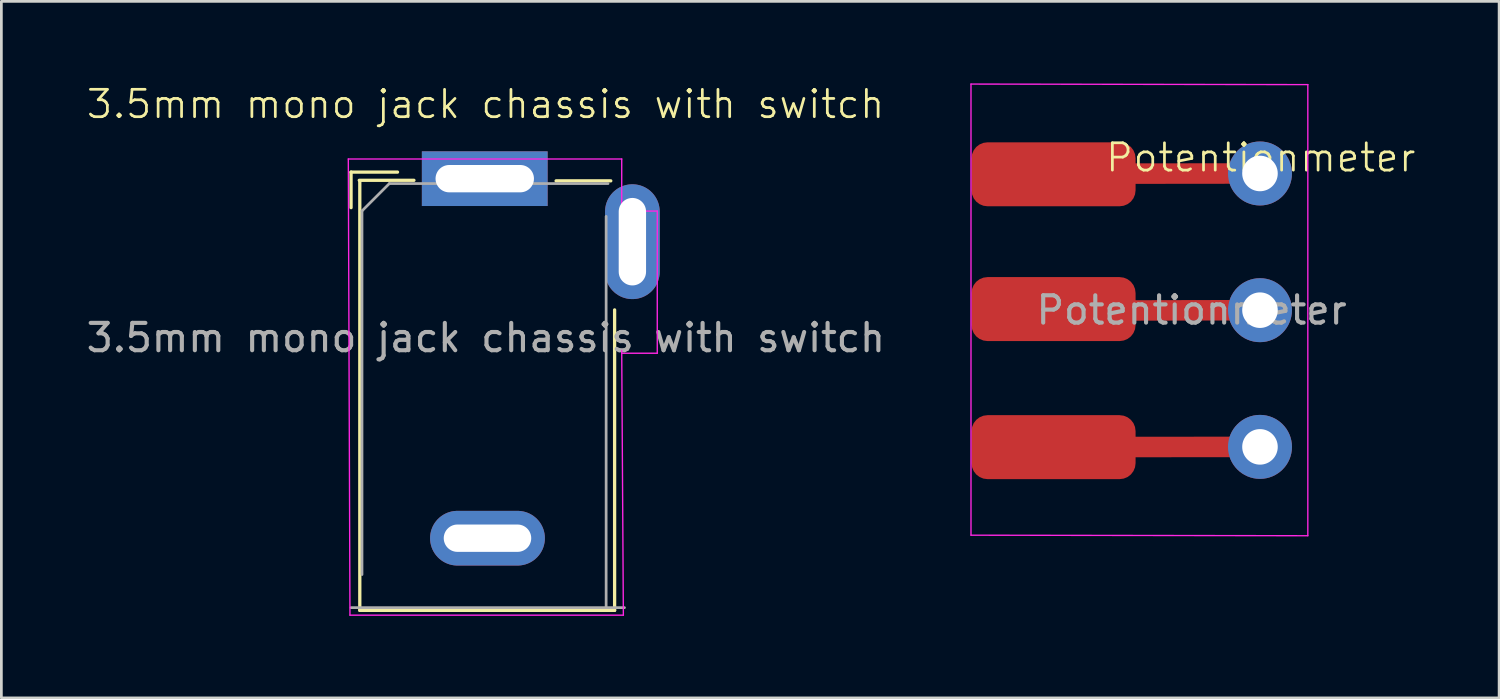
<source format=kicad_pcb>
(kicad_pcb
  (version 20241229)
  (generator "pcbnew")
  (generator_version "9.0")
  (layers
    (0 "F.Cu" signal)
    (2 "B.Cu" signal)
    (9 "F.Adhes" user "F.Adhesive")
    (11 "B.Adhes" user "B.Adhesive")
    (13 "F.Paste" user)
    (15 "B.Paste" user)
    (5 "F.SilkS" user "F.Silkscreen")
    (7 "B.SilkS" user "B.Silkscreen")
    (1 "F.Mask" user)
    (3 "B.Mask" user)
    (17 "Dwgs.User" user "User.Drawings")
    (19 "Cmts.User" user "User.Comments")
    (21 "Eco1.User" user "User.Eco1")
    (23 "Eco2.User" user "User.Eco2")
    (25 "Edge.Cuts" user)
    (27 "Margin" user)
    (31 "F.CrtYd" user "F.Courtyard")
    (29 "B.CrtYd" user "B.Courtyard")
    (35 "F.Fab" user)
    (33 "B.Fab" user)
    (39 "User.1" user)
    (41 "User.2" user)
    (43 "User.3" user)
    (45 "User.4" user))
  (footprint "3.5mm mono jack chassis with switch"
    (layer "F.Cu")
    (at 14.72 3.45)
    (property "Reference" "3.5mm mono jack chassis with switch" (at -0.01 -2.69 0) (unlocked yes) (layer "F.SilkS") (effects (font (size 1 1) (thickness 0.1))))
    (attr through_hole)
    (fp_line (start -4.93 -0.205) (end -4.93 1.095) (stroke (width 0.12) (type solid)) (layer "F.SilkS"))
    (fp_line (start -4.63 0.095) (end -2.63 0.095) (stroke (width 0.12) (type solid)) (layer "F.SilkS"))
    (fp_line (start -4.61 15.825) (end -4.61 0.125) (stroke (width 0.12) (type solid)) (layer "F.SilkS"))
    (fp_line (start -3.23 -0.205) (end -4.93 -0.205) (stroke (width 0.12) (type solid)) (layer "F.SilkS"))
    (fp_line (start 2.57 0.115) (end 4.57 0.115) (stroke (width 0.12) (type solid)) (layer "F.SilkS"))
    (fp_line (start 4.71 4.835) (end 4.71 15.825) (stroke (width 0.12) (type solid)) (layer "F.SilkS"))
    (fp_line (start 4.71 15.825) (end -4.61 15.825) (stroke (width 0.12) (type solid)) (layer "F.SilkS"))
    (fp_line (start -5.03 -0.685) (end -4.97 16) (stroke (width 0.05) (type solid)) (layer "F.CrtYd"))
    (fp_line (start -4.97 16) (end 5.03 16) (stroke (width 0.05) (type solid)) (layer "F.CrtYd"))
    (fp_line (start 4.97 -0.685) (end -5.03 -0.685) (stroke (width 0.05) (type solid)) (layer "F.CrtYd"))
    (fp_line (start 4.97 1.115) (end 4.97 -0.685) (stroke (width 0.05) (type solid)) (layer "F.CrtYd"))
    (fp_line (start 5.03 16) (end 4.97 6.315) (stroke (width 0.05) (type solid)) (layer "F.CrtYd"))
    (fp_line (start 6.27 1.22) (end 4.97 1.22) (stroke (width 0.05) (type solid)) (layer "F.CrtYd"))
    (fp_line (start 6.27 1.22) (end 6.27 6.42) (stroke (width 0.05) (type solid)) (layer "F.CrtYd"))
    (fp_line (start 6.27 6.42) (end 4.97 6.42) (stroke (width 0.05) (type solid)) (layer "F.CrtYd"))
    (fp_line (start -4.53 1.215) (end -3.53 0.215) (stroke (width 0.1) (type solid)) (layer "F.Fab"))
    (fp_line (start -4.53 14.515) (end -4.53 1.215) (stroke (width 0.1) (type solid)) (layer "F.Fab"))
    (fp_line (start 4.4 1.415) (end 4.4 15.715) (stroke (width 0.1) (type solid)) (layer "F.Fab"))
    (fp_line (start 4.47 0.215) (end -3.53 0.215) (stroke (width 0.1) (type solid)) (layer "F.Fab"))
    (fp_line (start 5.07 15.725) (end -4.93 15.725) (stroke (width 0.1) (type solid)) (layer "F.Fab"))
    (fp_text user "${REFERENCE}" (at 0 5.855 0) (unlocked yes) (layer "F.Fab") (effects (font (size 1 1) (thickness 0.15))))
    (pad "1" thru_hole rect (at -0.04 0.035) (size 4.6 2) (drill oval 3.6 1) (layers "*.Cu" "*.Mask"))
    (pad "2" thru_hole oval (at 0.06 13.185) (size 4.2 2) (drill oval 3.2 1) (layers "*.Cu" "*.Mask"))
    (pad "3" thru_hole oval (at 5.36 2.34) (size 2 4.2) (drill oval 1 3.2) (layers "*.Cu" "*.Mask")))
  (footprint "Potentionmeter"
    (layer "F.Cu")
    (at 43.065 3.275)
    (property "Reference" "Potentionmeter" (at 0 -0.56 0) (unlocked yes) (layer "F.SilkS") (effects (font (size 1 1) (thickness 0.1))))
    (attr through_hole)
    (fp_line (start -0.03 0.02) (end -8.88 0.03) (stroke (width 0.75) (type default)) (layer "F.Cu"))
    (fp_line (start -0.03 5.02) (end -8.85 5.04) (stroke (width 0.75) (type default)) (layer "F.Cu"))
    (fp_line (start -0.03 10.02) (end -8.85 10.03) (stroke (width 0.75) (type default)) (layer "F.Cu"))
    (fp_line (start -10.6 -3.25) (end -10.6 13.25) (stroke (width 0.05) (type solid)) (layer "F.CrtYd"))
    (fp_line (start -10.6 13.25) (end 1.72 13.27) (stroke (width 0.05) (type solid)) (layer "F.CrtYd"))
    (fp_line (start 1.72 -3.23) (end -10.6 -3.25) (stroke (width 0.05) (type solid)) (layer "F.CrtYd"))
    (fp_line (start 1.72 13.27) (end 1.72 -3.23) (stroke (width 0.05) (type solid)) (layer "F.CrtYd"))
    (fp_text user "${REFERENCE}" (at -2.53 5.02 180) (layer "F.Fab") (effects (font (size 1 1) (thickness 0.15))))
    (pad "1" connect roundrect (at -7.58 0.05 180) (size 6 2.34) (layers "F.Cu" "F.Mask") (roundrect_rratio 0.25))
    (pad "1" thru_hole circle (at -0.03 0.02 180) (size 2.34 2.34) (drill 1.3) (layers "*.Cu" "*.Mask"))
    (pad "2" connect roundrect (at -7.58 4.98 180) (size 6 2.34) (layers "F.Cu" "F.Mask") (roundrect_rratio 0.25))
    (pad "2" thru_hole circle (at -0.03 5.02 180) (size 2.34 2.34) (drill 1.3) (layers "*.Cu" "*.Mask"))
    (pad "3" connect roundrect (at -7.58 10.03 180) (size 6 2.34) (layers "F.Cu" "F.Mask") (roundrect_rratio 0.25))
    (pad "3" thru_hole circle (at -0.03 10.02 180) (size 2.34 2.34) (drill 1.3) (layers "*.Cu" "*.Mask")))
  (gr_rect
    (start -3 -3)
    (end 51.782 22.476)
    (stroke (width 0.1) (type default))
    (fill no)
    (layer "Edge.Cuts")))
</source>
